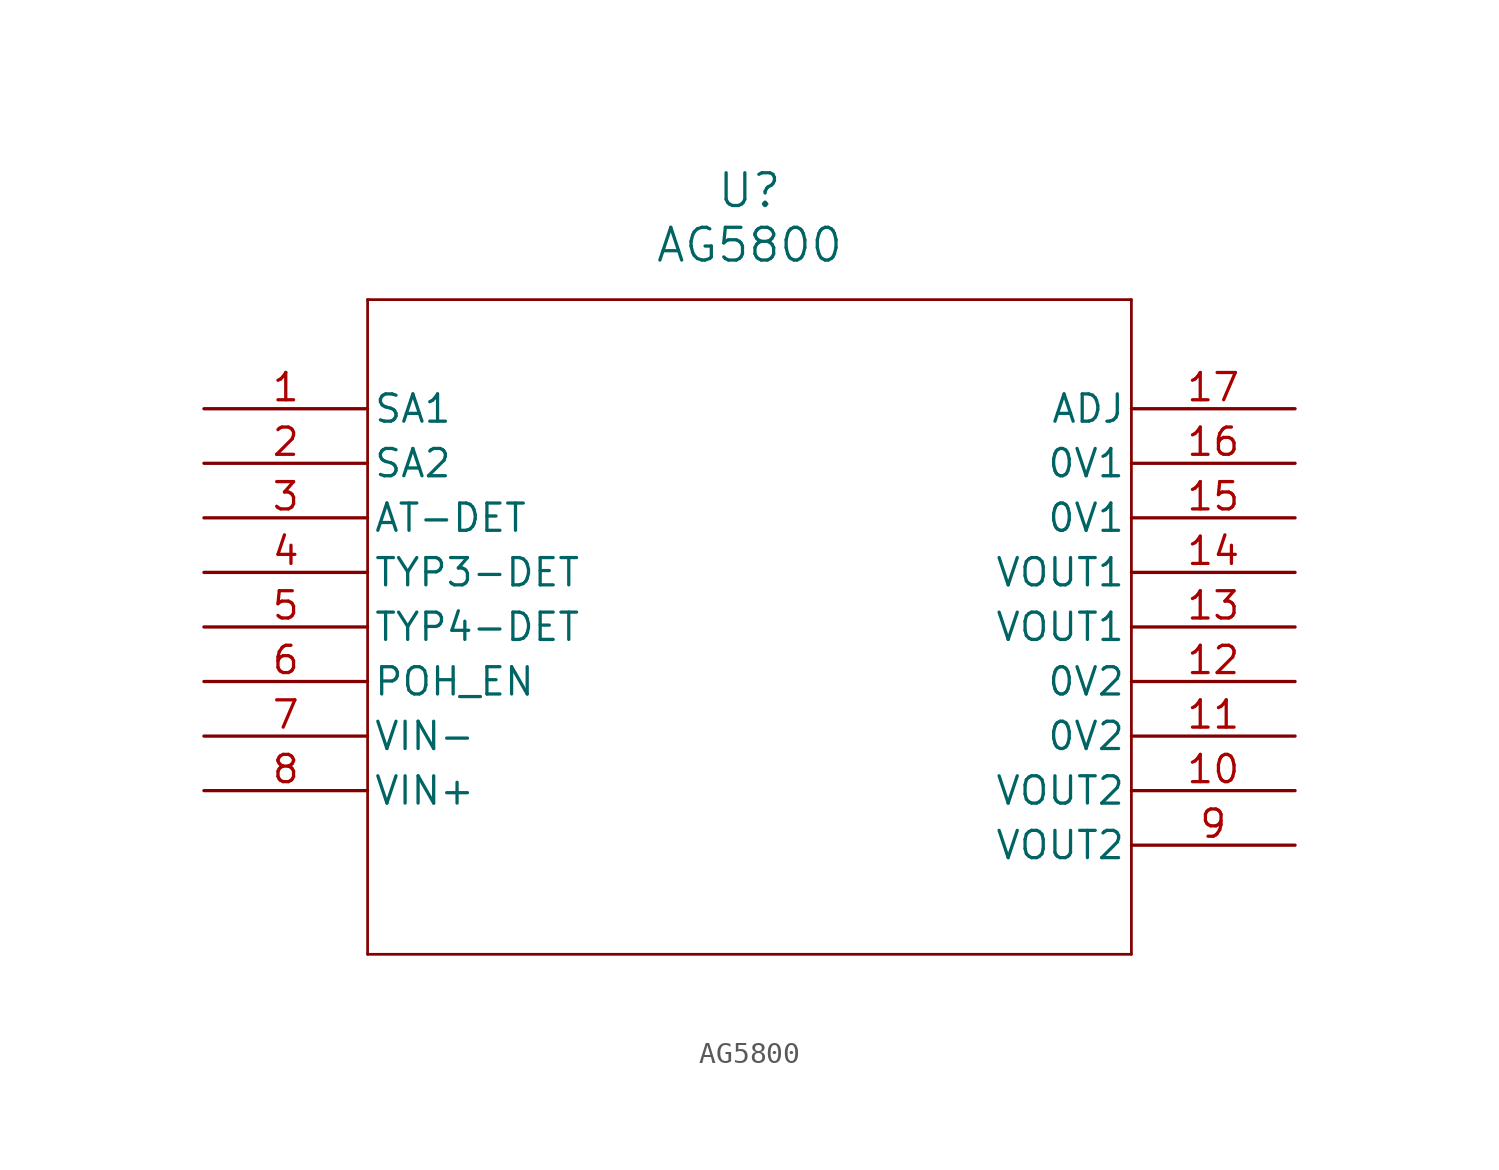
<source format=kicad_sym>
(kicad_symbol_lib
  (version 20231120)
  (generator "kicad_symbol_editor")
  (generator_version "8.0")
  (symbol "AG5800"
    (pin_names
      (offset 0.254))
    (property "Reference" "U"
      (at 25.4 10.16 0)
      (effects (font (size 1.524 1.524))))
    (property "Value" "AG5800"
      (at 25.4 7.62 0)
      (effects (font (size 1.524 1.524))))
    (symbol "AG5800_0_1"
      (polyline (pts (xy 7.62 -25.4) (xy 43.18 -25.4)) (stroke (width 0.127) (type default)) (fill (type none)))
      (polyline (pts (xy 7.62 5.08) (xy 7.62 -25.4)) (stroke (width 0.127) (type default)) (fill (type none)))
      (polyline (pts (xy 43.18 -25.4) (xy 43.18 5.08)) (stroke (width 0.127) (type default)) (fill (type none)))
      (polyline (pts (xy 43.18 5.08) (xy 7.62 5.08)) (stroke (width 0.127) (type default)) (fill (type none)))
      (pin power_out line (at 50.8 -15.24 180) (length 7.62) (name "0V2" (effects (font (size 1.27 1.27)))) (number "11" (effects (font (size 1.27 1.27)))))
      (pin power_out line (at 50.8 -12.7 180) (length 7.62) (name "0V2" (effects (font (size 1.27 1.27)))) (number "12" (effects (font (size 1.27 1.27)))))
      (pin power_out line (at 50.8 -5.08 180) (length 7.62) (name "0V1" (effects (font (size 1.27 1.27)))) (number "15" (effects (font (size 1.27 1.27)))))
      (pin power_out line (at 50.8 -2.54 180) (length 7.62) (name "0V1" (effects (font (size 1.27 1.27)))) (number "16" (effects (font (size 1.27 1.27)))))
      (pin output line (at 0 -5.08 0) (length 7.62) (name "AT-DET" (effects (font (size 1.27 1.27)))) (number "3" (effects (font (size 1.27 1.27)))))
      (pin output line (at 0 -7.62 0) (length 7.62) (name "TYP3-DET" (effects (font (size 1.27 1.27)))) (number "4" (effects (font (size 1.27 1.27)))))
      (pin output line (at 0 -10.16 0) (length 7.62) (name "TYP4-DET" (effects (font (size 1.27 1.27)))) (number "5" (effects (font (size 1.27 1.27))))))
    (symbol "AG5800_1_1"
      (pin input line (at 0 0 0) (length 7.62) (name "SA1" (effects (font (size 1.27 1.27)))) (number "1" (effects (font (size 1.27 1.27)))))
      (pin power_out line (at 50.8 -17.78 180) (length 7.62) (name "VOUT2" (effects (font (size 1.27 1.27)))) (number "10" (effects (font (size 1.27 1.27)))))
      (pin power_out line (at 50.8 -10.16 180) (length 7.62) (name "VOUT1" (effects (font (size 1.27 1.27)))) (number "13" (effects (font (size 1.27 1.27)))))
      (pin power_out line (at 50.8 -7.62 180) (length 7.62) (name "VOUT1" (effects (font (size 1.27 1.27)))) (number "14" (effects (font (size 1.27 1.27)))))
      (pin input line (at 50.8 0 180) (length 7.62) (name "ADJ" (effects (font (size 1.27 1.27)))) (number "17" (effects (font (size 1.27 1.27)))))
      (pin input line (at 0 -2.54 0) (length 7.62) (name "SA2" (effects (font (size 1.27 1.27)))) (number "2" (effects (font (size 1.27 1.27)))))
      (pin input line (at 0 -12.7 0) (length 7.62) (name "POH_EN" (effects (font (size 1.27 1.27)))) (number "6" (effects (font (size 1.27 1.27)))))
      (pin power_in line (at 0 -15.24 0) (length 7.62) (name "VIN-" (effects (font (size 1.27 1.27)))) (number "7" (effects (font (size 1.27 1.27)))))
      (pin power_in line (at 0 -17.78 0) (length 7.62) (name "VIN+" (effects (font (size 1.27 1.27)))) (number "8" (effects (font (size 1.27 1.27)))))
      (pin power_out line (at 50.8 -20.32 180) (length 7.62) (name "VOUT2" (effects (font (size 1.27 1.27)))) (number "9" (effects (font (size 1.27 1.27))))))))
</source>
